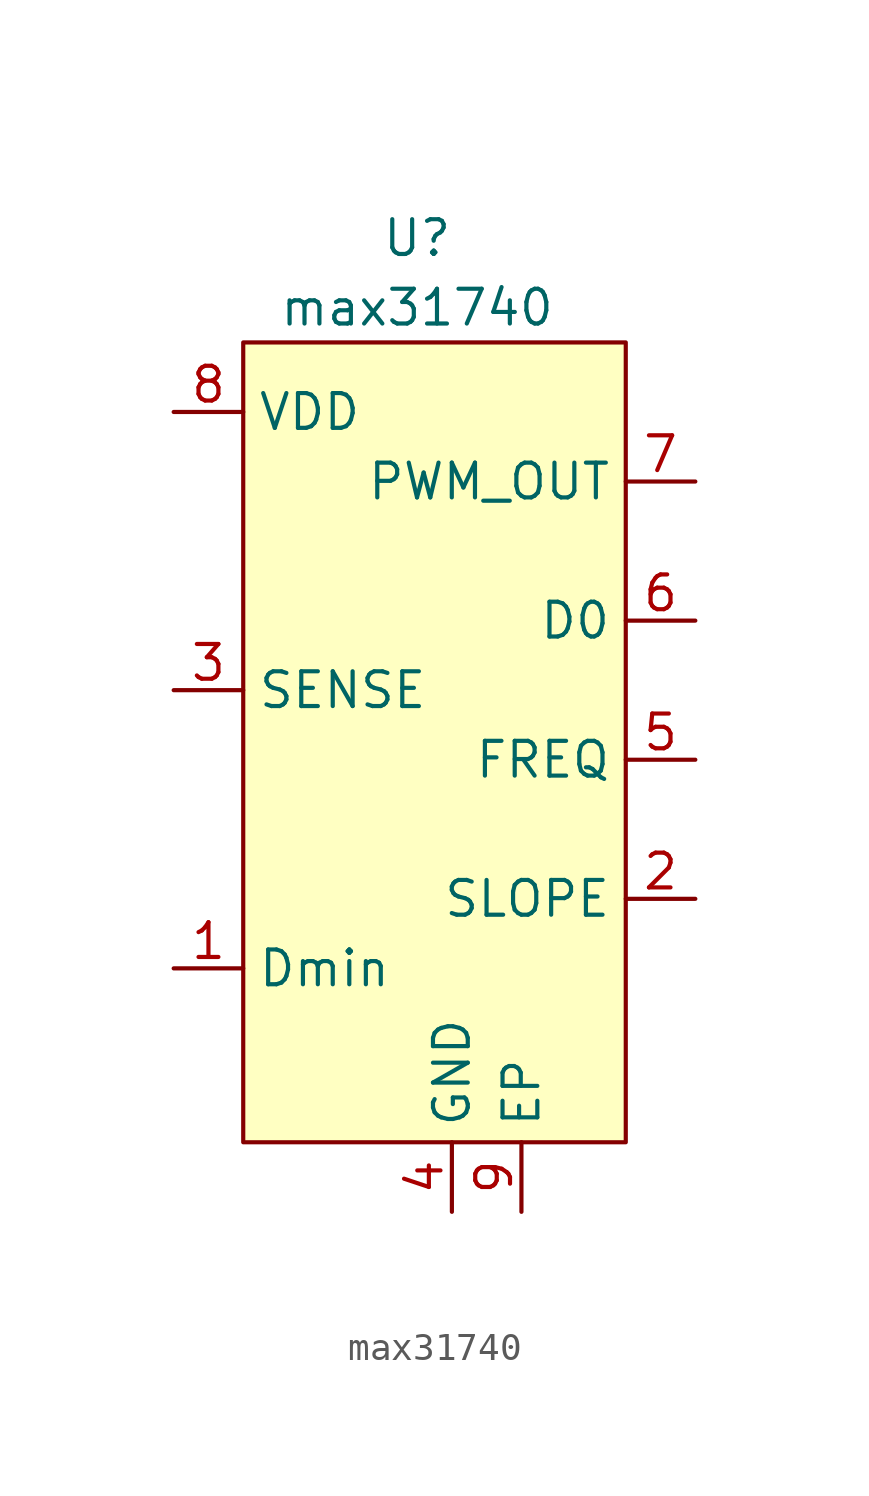
<source format=kicad_sym>
(kicad_symbol_lib
  (version 20211014)
  (generator kicad_symbol_editor)
  (symbol "MAX:max31740"
    (property "Reference" "U"
      (at 0 5.08 0)
      (effects (font (size 1.27 1.27))))
    (property "Value" "max31740"
      (at 0 2.54 0)
      (effects (font (size 1.27 1.27))))
    (symbol "max31740_0_1"
      (rectangle (start -6.35 1.27) (end 7.62 -27.94) (stroke (width 0.152) (type default) (color 0 0 0 0)) (fill (type background))))
    (symbol "max31740_1_1"
      (pin input line (at -8.89 -21.59 0) (length 2.54) (name "Dmin" (effects (font (size 1.27 1.27)))) (number "1" (effects (font (size 1.27 1.27)))))
      (pin input line (at 10.16 -19.05 180) (length 2.54) (name "SLOPE" (effects (font (size 1.27 1.27)))) (number "2" (effects (font (size 1.27 1.27)))))
      (pin input line (at -8.89 -11.43 0) (length 2.54) (name "SENSE" (effects (font (size 1.27 1.27)))) (number "3" (effects (font (size 1.27 1.27)))))
      (pin input line (at 1.27 -30.48 90) (length 2.54) (name "GND" (effects (font (size 1.27 1.27)))) (number "4" (effects (font (size 1.27 1.27)))))
      (pin input line (at 10.16 -13.97 180) (length 2.54) (name "FREQ" (effects (font (size 1.27 1.27)))) (number "5" (effects (font (size 1.27 1.27)))))
      (pin input line (at 10.16 -8.89 180) (length 2.54) (name "D0" (effects (font (size 1.27 1.27)))) (number "6" (effects (font (size 1.27 1.27)))))
      (pin input line (at 10.16 -3.81 180) (length 2.54) (name "PWM_OUT" (effects (font (size 1.27 1.27)))) (number "7" (effects (font (size 1.27 1.27)))))
      (pin input line (at -8.89 -1.27 0) (length 2.54) (name "VDD" (effects (font (size 1.27 1.27)))) (number "8" (effects (font (size 1.27 1.27)))))
      (pin input line (at 3.81 -30.48 90) (length 2.54) (name "EP" (effects (font (size 1.27 1.27)))) (number "9" (effects (font (size 1.27 1.27))))))))
</source>
